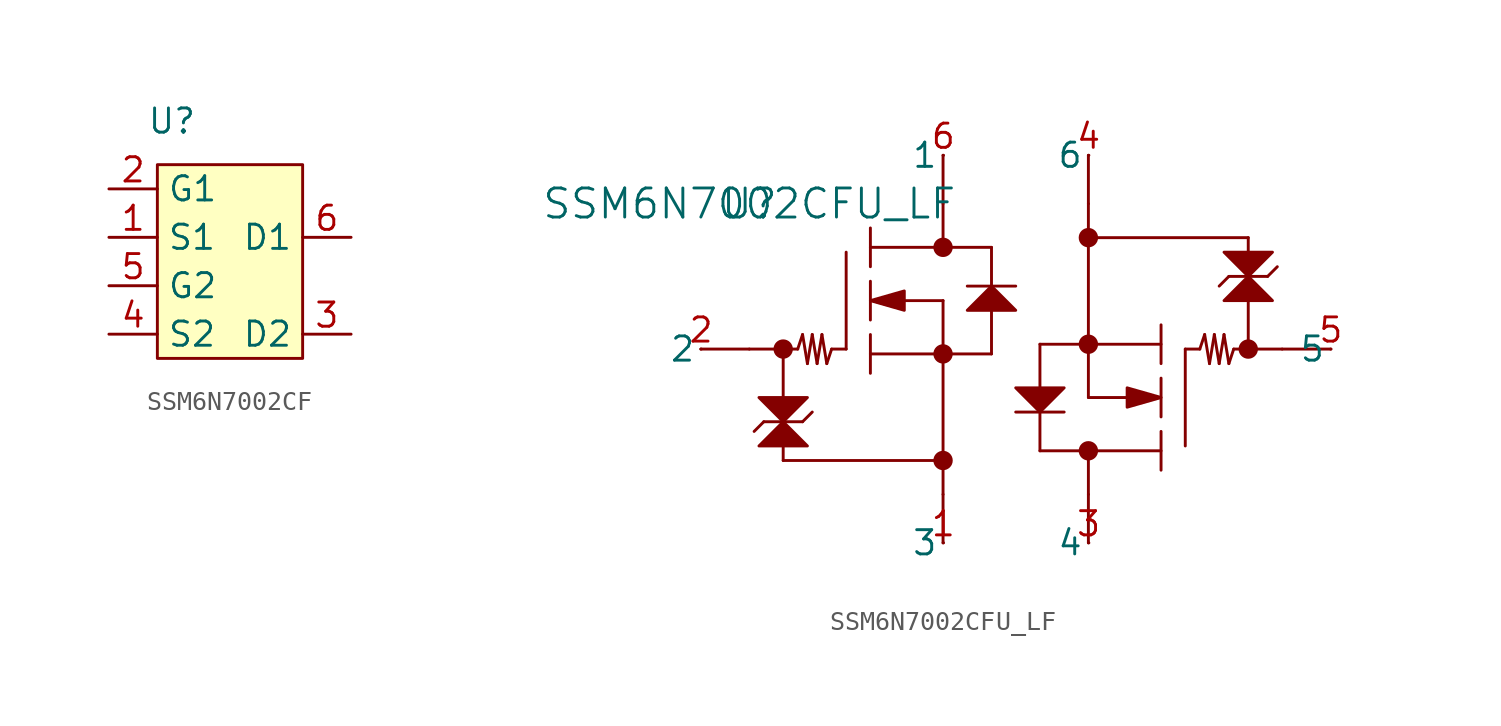
<source format=kicad_sym>
(kicad_symbol_lib
  (version 20241209)
  (generator "kicad_symbol_editor")
  (generator_version "9.0")
  (symbol "SSM6N7002CF"
    (property "Reference" "U"
      (at -3.048 6.096 0)
      (effects (font (size 1.27 1.27))))
    (property "Value" ""
      (at 0 0 0)
      (effects (font (size 1.27 1.27))))
    (symbol "SSM6N7002CF_0_1"
      (rectangle (start -3.81 3.81) (end 3.81 -6.35) (stroke (width 0) (type default)) (fill (type background))))
    (symbol "SSM6N7002CF_1_1"
      (pin input line (at -6.35 2.54 0) (length 2.54) (name "G1" (effects (font (size 1.27 1.27)))) (number "2" (effects (font (size 1.27 1.27)))))
      (pin power_in line (at -6.35 0 0) (length 2.54) (name "S1" (effects (font (size 1.27 1.27)))) (number "1" (effects (font (size 1.27 1.27)))))
      (pin input line (at -6.35 -2.54 0) (length 2.54) (name "G2" (effects (font (size 1.27 1.27)))) (number "5" (effects (font (size 1.27 1.27)))))
      (pin power_in line (at -6.35 -5.08 0) (length 2.54) (name "S2" (effects (font (size 1.27 1.27)))) (number "4" (effects (font (size 1.27 1.27)))))
      (pin output line (at 6.35 0 180) (length 2.54) (name "D1" (effects (font (size 1.27 1.27)))) (number "6" (effects (font (size 1.27 1.27)))))
      (pin output line (at 6.35 -5.08 180) (length 2.54) (name "D2" (effects (font (size 1.27 1.27)))) (number "3" (effects (font (size 1.27 1.27)))))))
  (symbol "SSM6N7002CFU_LF"
    (pin_names
      (offset 0.254))
    (property "Reference" "U"
      (at 0 0 0)
      (effects (font (size 1.524 1.524))))
    (property "Value" "SSM6N7002CFU_LF"
      (at 0 0 0)
      (effects (font (size 1.524 1.524))))
    (property "ki_locked" ""
      (at 0 0 0)
      (effects (font (size 1.27 1.27))))
    (symbol "SSM6N7002CFU_LF_0_1"
      (polyline (pts (xy -2.54 -7.62) (xy 0 -7.62)) (stroke (width 0) (type default)) (fill (type none)))
      (polyline (pts (xy 0 -7.62) (xy 2.54 -7.62)) (stroke (width 0) (type default)) (fill (type none)))
      (polyline (pts (xy 0.508 -12.7) (xy 3.048 -12.7) (xy 1.778 -11.43) (xy 0.508 -12.7)) (stroke (width 0) (type default)) (fill (type outline)))
      (polyline (pts (xy 0.762 -11.43) (xy 0.254 -11.938)) (stroke (width 0) (type default)) (fill (type none)))
      (polyline (pts (xy 0.762 -11.43) (xy 2.794 -11.43)) (stroke (width 0) (type default)) (fill (type none)))
      (polyline (pts (xy 1.778 -7.62) (xy 1.778 -13.462)) (stroke (width 0) (type default)) (fill (type none)))
      (circle (center 1.778 -7.62) (radius 0.254) (stroke (width 0.508) (type default)) (fill (type none)))
      (polyline (pts (xy 1.778 -13.462) (xy 10.16 -13.462)) (stroke (width 0) (type default)) (fill (type none)))
      (polyline (pts (xy 2.794 -6.858) (xy 2.54 -7.62)) (stroke (width 0) (type default)) (fill (type none)))
      (polyline (pts (xy 2.794 -11.43) (xy 3.302 -10.922)) (stroke (width 0) (type default)) (fill (type none)))
      (polyline (pts (xy 3.048 -8.382) (xy 2.794 -6.858)) (stroke (width 0) (type default)) (fill (type none)))
      (polyline (pts (xy 3.048 -10.16) (xy 0.508 -10.16) (xy 1.778 -11.43) (xy 3.048 -10.16)) (stroke (width 0) (type default)) (fill (type outline)))
      (polyline (pts (xy 3.302 -6.858) (xy 3.048 -8.382)) (stroke (width 0) (type default)) (fill (type none)))
      (polyline (pts (xy 3.556 -8.382) (xy 3.302 -6.858)) (stroke (width 0) (type default)) (fill (type none)))
      (polyline (pts (xy 3.81 -6.858) (xy 3.556 -8.382)) (stroke (width 0) (type default)) (fill (type none)))
      (polyline (pts (xy 4.064 -8.382) (xy 3.81 -6.858)) (stroke (width 0) (type default)) (fill (type none)))
      (polyline (pts (xy 4.318 -7.62) (xy 4.064 -8.382)) (stroke (width 0) (type default)) (fill (type none)))
      (polyline (pts (xy 5.08 -7.62) (xy 4.318 -7.62)) (stroke (width 0) (type default)) (fill (type none)))
      (polyline (pts (xy 5.08 -7.62) (xy 5.08 -2.54)) (stroke (width 0) (type default)) (fill (type none)))
      (polyline (pts (xy 6.35 -3.302) (xy 6.35 -1.27)) (stroke (width 0) (type default)) (fill (type none)))
      (polyline (pts (xy 6.35 -5.08) (xy 8.128 -5.588) (xy 8.128 -4.572) (xy 6.35 -5.08)) (stroke (width 0) (type default)) (fill (type outline)))
      (polyline (pts (xy 6.35 -6.096) (xy 6.35 -4.064)) (stroke (width 0) (type default)) (fill (type none)))
      (polyline (pts (xy 6.35 -7.874) (xy 12.7 -7.874)) (stroke (width 0) (type default)) (fill (type none)))
      (polyline (pts (xy 6.35 -8.89) (xy 6.35 -6.858)) (stroke (width 0) (type default)) (fill (type none)))
      (polyline (pts (xy 7.62 -5.08) (xy 10.16 -5.08)) (stroke (width 0) (type default)) (fill (type none)))
      (polyline (pts (xy 10.16 2.54) (xy 10.16 0)) (stroke (width 0) (type default)) (fill (type none)))
      (polyline (pts (xy 10.16 0) (xy 10.16 -2.286)) (stroke (width 0) (type default)) (fill (type none)))
      (circle (center 10.16 -2.286) (radius 0.254) (stroke (width 0.508) (type default)) (fill (type none)))
      (polyline (pts (xy 10.16 -5.08) (xy 10.16 -15.24)) (stroke (width 0) (type default)) (fill (type none)))
      (circle (center 10.16 -7.874) (radius 0.254) (stroke (width 0.508) (type default)) (fill (type none)))
      (circle (center 10.16 -13.462) (radius 0.254) (stroke (width 0.508) (type default)) (fill (type none)))
      (polyline (pts (xy 10.16 -17.78) (xy 10.16 -15.24)) (stroke (width 0) (type default)) (fill (type none)))
      (polyline (pts (xy 11.43 -4.318) (xy 13.97 -4.318)) (stroke (width 0) (type default)) (fill (type none)))
      (polyline (pts (xy 11.43 -5.588) (xy 13.97 -5.588) (xy 12.7 -4.318) (xy 11.43 -5.588)) (stroke (width 0) (type default)) (fill (type outline)))
      (polyline (pts (xy 12.7 -2.286) (xy 6.35 -2.286)) (stroke (width 0) (type default)) (fill (type none)))
      (polyline (pts (xy 12.7 -4.318) (xy 12.7 -2.286)) (stroke (width 0) (type default)) (fill (type none)))
      (polyline (pts (xy 12.7 -7.874) (xy 12.7 -5.588)) (stroke (width 0) (type default)) (fill (type none)))
      (polyline (pts (xy 15.24 -7.366) (xy 15.24 -9.652)) (stroke (width 0) (type default)) (fill (type none)))
      (polyline (pts (xy 15.24 -10.922) (xy 15.24 -12.954)) (stroke (width 0) (type default)) (fill (type none)))
      (polyline (pts (xy 15.24 -12.954) (xy 21.59 -12.954)) (stroke (width 0) (type default)) (fill (type none)))
      (polyline (pts (xy 16.51 -9.652) (xy 13.97 -9.652) (xy 15.24 -10.922) (xy 16.51 -9.652)) (stroke (width 0) (type default)) (fill (type outline)))
      (polyline (pts (xy 16.51 -10.922) (xy 13.97 -10.922)) (stroke (width 0) (type default)) (fill (type none)))
      (polyline (pts (xy 17.78 2.54) (xy 17.78 0)) (stroke (width 0) (type default)) (fill (type none)))
      (circle (center 17.78 -1.778) (radius 0.254) (stroke (width 0.508) (type default)) (fill (type none)))
      (circle (center 17.78 -7.366) (radius 0.254) (stroke (width 0.508) (type default)) (fill (type none)))
      (polyline (pts (xy 17.78 -10.16) (xy 17.78 0)) (stroke (width 0) (type default)) (fill (type none)))
      (circle (center 17.78 -12.954) (radius 0.254) (stroke (width 0.508) (type default)) (fill (type none)))
      (polyline (pts (xy 17.78 -15.24) (xy 17.78 -12.954)) (stroke (width 0) (type default)) (fill (type none)))
      (polyline (pts (xy 17.78 -17.78) (xy 17.78 -15.24)) (stroke (width 0) (type default)) (fill (type none)))
      (polyline (pts (xy 20.32 -10.16) (xy 17.78 -10.16)) (stroke (width 0) (type default)) (fill (type none)))
      (polyline (pts (xy 21.59 -6.35) (xy 21.59 -8.382)) (stroke (width 0) (type default)) (fill (type none)))
      (polyline (pts (xy 21.59 -7.366) (xy 15.24 -7.366)) (stroke (width 0) (type default)) (fill (type none)))
      (polyline (pts (xy 21.59 -9.144) (xy 21.59 -11.176)) (stroke (width 0) (type default)) (fill (type none)))
      (polyline (pts (xy 21.59 -10.16) (xy 19.812 -9.652) (xy 19.812 -10.668) (xy 21.59 -10.16)) (stroke (width 0) (type default)) (fill (type outline)))
      (polyline (pts (xy 21.59 -11.938) (xy 21.59 -13.97)) (stroke (width 0) (type default)) (fill (type none)))
      (polyline (pts (xy 22.86 -7.62) (xy 22.86 -12.7)) (stroke (width 0) (type default)) (fill (type none)))
      (polyline (pts (xy 22.86 -7.62) (xy 23.622 -7.62)) (stroke (width 0) (type default)) (fill (type none)))
      (polyline (pts (xy 23.622 -7.62) (xy 23.876 -6.858)) (stroke (width 0) (type default)) (fill (type none)))
      (polyline (pts (xy 23.876 -6.858) (xy 24.13 -8.382)) (stroke (width 0) (type default)) (fill (type none)))
      (polyline (pts (xy 24.13 -8.382) (xy 24.384 -6.858)) (stroke (width 0) (type default)) (fill (type none)))
      (polyline (pts (xy 24.384 -6.858) (xy 24.638 -8.382)) (stroke (width 0) (type default)) (fill (type none)))
      (polyline (pts (xy 24.638 -8.382) (xy 24.892 -6.858)) (stroke (width 0) (type default)) (fill (type none)))
      (polyline (pts (xy 24.892 -5.08) (xy 27.432 -5.08) (xy 26.162 -3.81) (xy 24.892 -5.08)) (stroke (width 0) (type default)) (fill (type outline)))
      (polyline (pts (xy 24.892 -6.858) (xy 25.146 -8.382)) (stroke (width 0) (type default)) (fill (type none)))
      (polyline (pts (xy 25.146 -3.81) (xy 24.638 -4.318)) (stroke (width 0) (type default)) (fill (type none)))
      (polyline (pts (xy 25.146 -8.382) (xy 25.4 -7.62)) (stroke (width 0) (type default)) (fill (type none)))
      (polyline (pts (xy 26.162 -1.778) (xy 17.78 -1.778)) (stroke (width 0) (type default)) (fill (type none)))
      (polyline (pts (xy 26.162 -7.62) (xy 26.162 -1.778)) (stroke (width 0) (type default)) (fill (type none)))
      (circle (center 26.162 -7.62) (radius 0.254) (stroke (width 0.508) (type default)) (fill (type none)))
      (polyline (pts (xy 27.178 -3.81) (xy 25.146 -3.81)) (stroke (width 0) (type default)) (fill (type none)))
      (polyline (pts (xy 27.178 -3.81) (xy 27.686 -3.302)) (stroke (width 0) (type default)) (fill (type none)))
      (polyline (pts (xy 27.432 -2.54) (xy 24.892 -2.54) (xy 26.162 -3.81) (xy 27.432 -2.54)) (stroke (width 0) (type default)) (fill (type outline)))
      (polyline (pts (xy 27.94 -7.62) (xy 25.4 -7.62)) (stroke (width 0) (type default)) (fill (type none)))
      (polyline (pts (xy 30.48 -7.62) (xy 27.94 -7.62)) (stroke (width 0) (type default)) (fill (type none)))
      (pin unspecified line (at -2.515 -7.62 180) (length 0.025) (name "2" (effects (font (size 1.27 1.27)))) (number "2" (effects (font (size 1.27 1.27)))))
      (pin unspecified line (at 10.185 2.54 180) (length 0.025) (name "1" (effects (font (size 1.27 1.27)))) (number "6" (effects (font (size 1.27 1.27)))))
      (pin unspecified line (at 10.185 -17.78 180) (length 0.025) (name "3" (effects (font (size 1.27 1.27)))) (number "1" (effects (font (size 1.27 1.27)))))
      (pin unspecified line (at 17.805 2.54 180) (length 0.025) (name "6" (effects (font (size 1.27 1.27)))) (number "4" (effects (font (size 1.27 1.27)))))
      (pin unspecified line (at 17.805 -17.78 180) (length 0.025) (name "4" (effects (font (size 1.27 1.27)))) (number "3" (effects (font (size 1.27 1.27)))))
      (pin unspecified line (at 30.505 -7.62 180) (length 0.025) (name "5" (effects (font (size 1.27 1.27)))) (number "5" (effects (font (size 1.27 1.27))))))))
</source>
